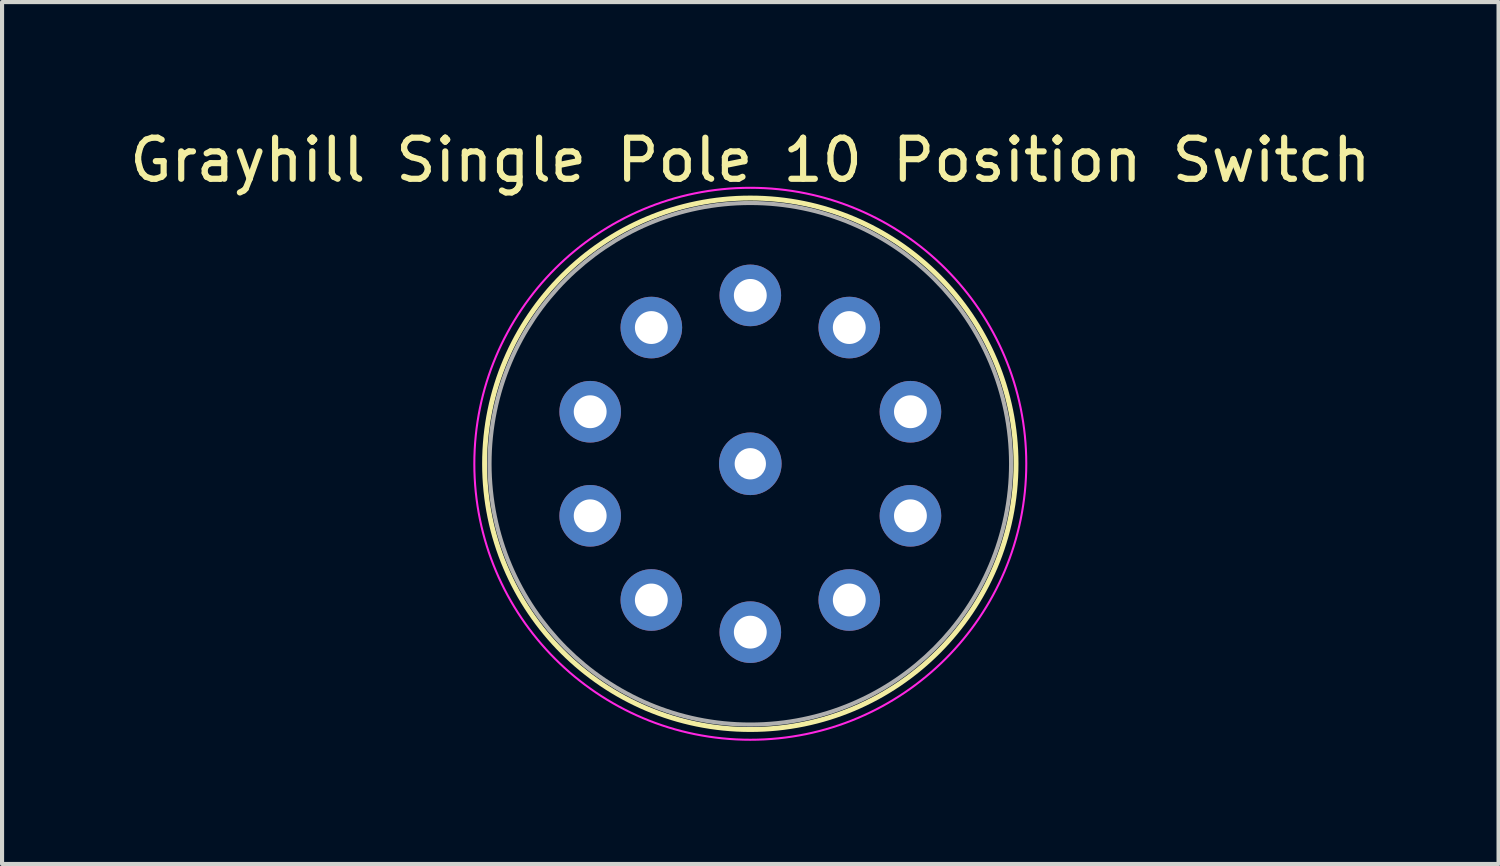
<source format=kicad_pcb>
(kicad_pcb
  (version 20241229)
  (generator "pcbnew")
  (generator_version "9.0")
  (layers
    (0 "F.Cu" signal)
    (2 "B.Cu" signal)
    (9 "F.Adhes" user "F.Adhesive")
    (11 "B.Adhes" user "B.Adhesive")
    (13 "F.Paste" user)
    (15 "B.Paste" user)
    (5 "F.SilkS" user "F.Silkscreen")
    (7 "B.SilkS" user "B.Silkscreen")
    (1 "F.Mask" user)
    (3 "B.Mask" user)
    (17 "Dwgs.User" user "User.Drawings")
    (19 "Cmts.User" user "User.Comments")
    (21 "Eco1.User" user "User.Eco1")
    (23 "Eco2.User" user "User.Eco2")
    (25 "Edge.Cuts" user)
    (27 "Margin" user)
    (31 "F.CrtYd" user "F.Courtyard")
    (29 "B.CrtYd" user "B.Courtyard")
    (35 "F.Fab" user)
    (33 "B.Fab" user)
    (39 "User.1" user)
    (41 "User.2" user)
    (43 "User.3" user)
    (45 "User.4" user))
  (footprint "Grayhill Single Pole 10 Position Switch"
    (layer "F.Cu")
    (at 15.22 8.243)
    (property "Reference" "Grayhill Single Pole 10 Position Switch" (at 0 -7.395 0) (layer "F.SilkS") (effects (font (size 1 1) (thickness 0.15))))
    (fp_circle (center 0 0) (end 0 6.47) (stroke (width 0.12) (type default)) (fill no) (layer "F.SilkS"))
    (fp_circle (center 0 0) (end 0 6.72) (stroke (width 0.05) (type default)) (fill no) (layer "F.CrtYd"))
    (fp_circle (center 0 0) (end 0 6.35) (stroke (width 0.1) (type default)) (fill no) (layer "F.Fab"))
    (pad "1" thru_hole oval (at 0 -4.1) (size 1.5 1.5) (drill 0.8) (layers "*.Cu" "*.Mask"))
    (pad "2" thru_hole oval (at 2.41 -3.317) (size 1.5 1.5) (drill 0.8) (layers "*.Cu" "*.Mask"))
    (pad "3" thru_hole oval (at 3.899 -1.267) (size 1.5 1.5) (drill 0.8) (layers "*.Cu" "*.Mask"))
    (pad "4" thru_hole oval (at 3.899 1.267) (size 1.5 1.5) (drill 0.8) (layers "*.Cu" "*.Mask"))
    (pad "5" thru_hole oval (at 2.41 3.317) (size 1.5 1.5) (drill 0.8) (layers "*.Cu" "*.Mask"))
    (pad "6" thru_hole oval (at 0 4.1) (size 1.5 1.5) (drill 0.8) (layers "*.Cu" "*.Mask"))
    (pad "7" thru_hole oval (at -2.41 3.317) (size 1.5 1.5) (drill 0.8) (layers "*.Cu" "*.Mask"))
    (pad "8" thru_hole oval (at -3.899 1.267) (size 1.5 1.5) (drill 0.8) (layers "*.Cu" "*.Mask"))
    (pad "9" thru_hole oval (at -3.899 -1.267) (size 1.5 1.5) (drill 0.8) (layers "*.Cu" "*.Mask"))
    (pad "10" thru_hole oval (at -2.41 -3.317) (size 1.5 1.5) (drill 0.8) (layers "*.Cu" "*.Mask"))
    (pad "11" thru_hole circle (at 0 0) (size 1.524 1.524) (drill 0.762) (layers "*.Cu" "*.Mask")))
  (gr_rect
    (start -3 -3)
    (end 33.44 17.988)
    (stroke (width 0.1) (type default))
    (fill no)
    (layer "Edge.Cuts")))
</source>
